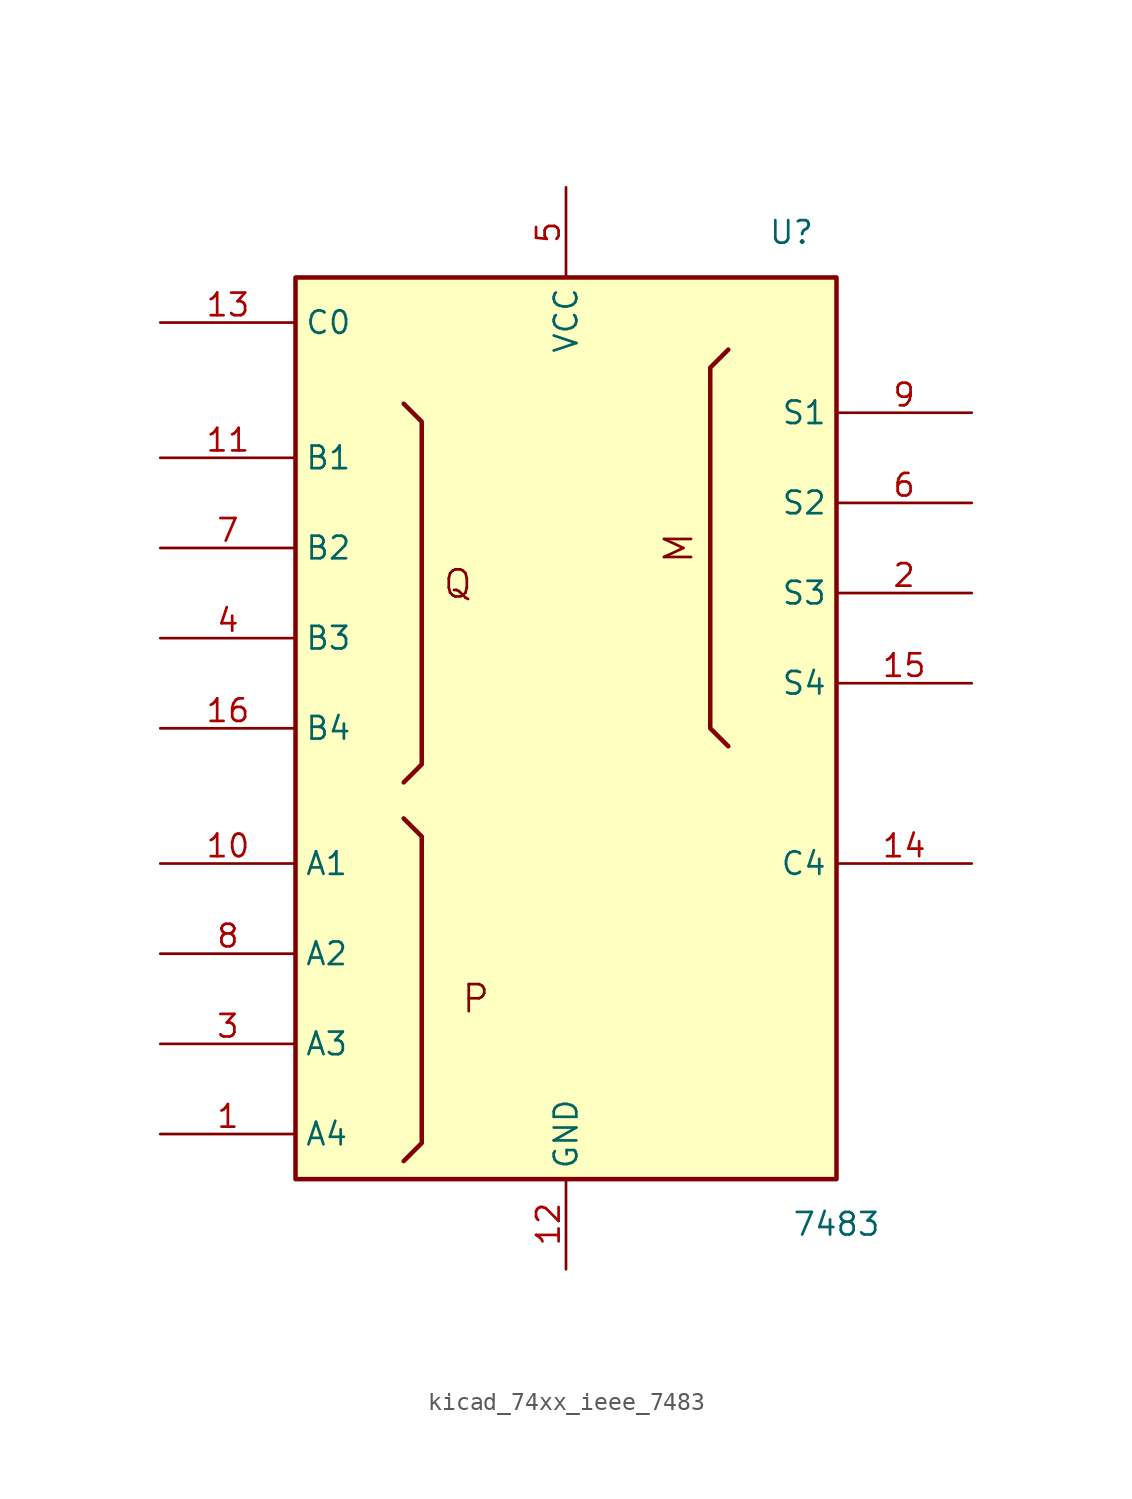
<source format=kicad_sym>
(kicad_symbol_lib
  (version 20220914)
  (generator kicad_symbol_editor)
  (symbol "kicad_74xx_ieee_7483"
    (property "Reference" "U"
      (at 12.7 27.94 0)
      (effects (font (size 1.27 1.27))))
    (property "Value" "7483"
      (at 15.24 -27.94 0)
      (effects (font (size 1.27 1.27))))
    (symbol "kicad_74xx_ieee_7483_0_0"
      (rectangle (start -15.24 25.4) (end 15.24 -25.4) (stroke (width 0.254) (type default)) (fill (type background)))
      (polyline (pts (xy -9.144 -24.384) (xy -8.128 -23.368) (xy -8.128 -6.096) (xy -9.144 -5.08) (xy -9.144 -5.08)) (stroke (width 0.254) (type default)) (fill (type background)))
      (polyline (pts (xy -9.144 18.288) (xy -8.128 17.272) (xy -8.128 -2.032) (xy -9.144 -3.048) (xy -9.144 -3.048)) (stroke (width 0.254) (type default)) (fill (type background)))
      (polyline (pts (xy 9.144 21.336) (xy 8.128 20.32) (xy 8.128 0) (xy 9.144 -1.016) (xy 9.144 -1.016)) (stroke (width 0.254) (type default)) (fill (type background)))
      (text "M" (at 6.35 10.16 900) (effects (font (size 1.524 1.524))))
      (text "P" (at -5.08 -15.24 0) (effects (font (size 1.524 1.524))))
      (text "Q" (at -6.096 8.128 0) (effects (font (size 1.524 1.524))))
      (pin power_in line (at 0 -30.48 90) (length 5.08) (name "GND" (effects (font (size 1.27 1.27)))) (number "12" (effects (font (size 1.27 1.27)))))
      (pin power_in line (at 0 30.48 270) (length 5.08) (name "VCC" (effects (font (size 1.27 1.27)))) (number "5" (effects (font (size 1.27 1.27))))))
    (symbol "kicad_74xx_ieee_7483_1_1"
      (pin input line (at -22.86 -22.86 0) (length 7.62) (name "A4" (effects (font (size 1.27 1.27)))) (number "1" (effects (font (size 1.27 1.27)))))
      (pin input line (at -22.86 -7.62 0) (length 7.62) (name "A1" (effects (font (size 1.27 1.27)))) (number "10" (effects (font (size 1.27 1.27)))))
      (pin input line (at -22.86 15.24 0) (length 7.62) (name "B1" (effects (font (size 1.27 1.27)))) (number "11" (effects (font (size 1.27 1.27)))))
      (pin input line (at -22.86 22.86 0) (length 7.62) (name "C0" (effects (font (size 1.27 1.27)))) (number "13" (effects (font (size 1.27 1.27)))))
      (pin output line (at 22.86 -7.62 180) (length 7.62) (name "C4" (effects (font (size 1.27 1.27)))) (number "14" (effects (font (size 1.27 1.27)))))
      (pin output line (at 22.86 2.54 180) (length 7.62) (name "S4" (effects (font (size 1.27 1.27)))) (number "15" (effects (font (size 1.27 1.27)))))
      (pin input line (at -22.86 0 0) (length 7.62) (name "B4" (effects (font (size 1.27 1.27)))) (number "16" (effects (font (size 1.27 1.27)))))
      (pin output line (at 22.86 7.62 180) (length 7.62) (name "S3" (effects (font (size 1.27 1.27)))) (number "2" (effects (font (size 1.27 1.27)))))
      (pin input line (at -22.86 -17.78 0) (length 7.62) (name "A3" (effects (font (size 1.27 1.27)))) (number "3" (effects (font (size 1.27 1.27)))))
      (pin input line (at -22.86 5.08 0) (length 7.62) (name "B3" (effects (font (size 1.27 1.27)))) (number "4" (effects (font (size 1.27 1.27)))))
      (pin output line (at 22.86 12.7 180) (length 7.62) (name "S2" (effects (font (size 1.27 1.27)))) (number "6" (effects (font (size 1.27 1.27)))))
      (pin input line (at -22.86 10.16 0) (length 7.62) (name "B2" (effects (font (size 1.27 1.27)))) (number "7" (effects (font (size 1.27 1.27)))))
      (pin input line (at -22.86 -12.7 0) (length 7.62) (name "A2" (effects (font (size 1.27 1.27)))) (number "8" (effects (font (size 1.27 1.27)))))
      (pin output line (at 22.86 17.78 180) (length 7.62) (name "S1" (effects (font (size 1.27 1.27)))) (number "9" (effects (font (size 1.27 1.27))))))))
</source>
